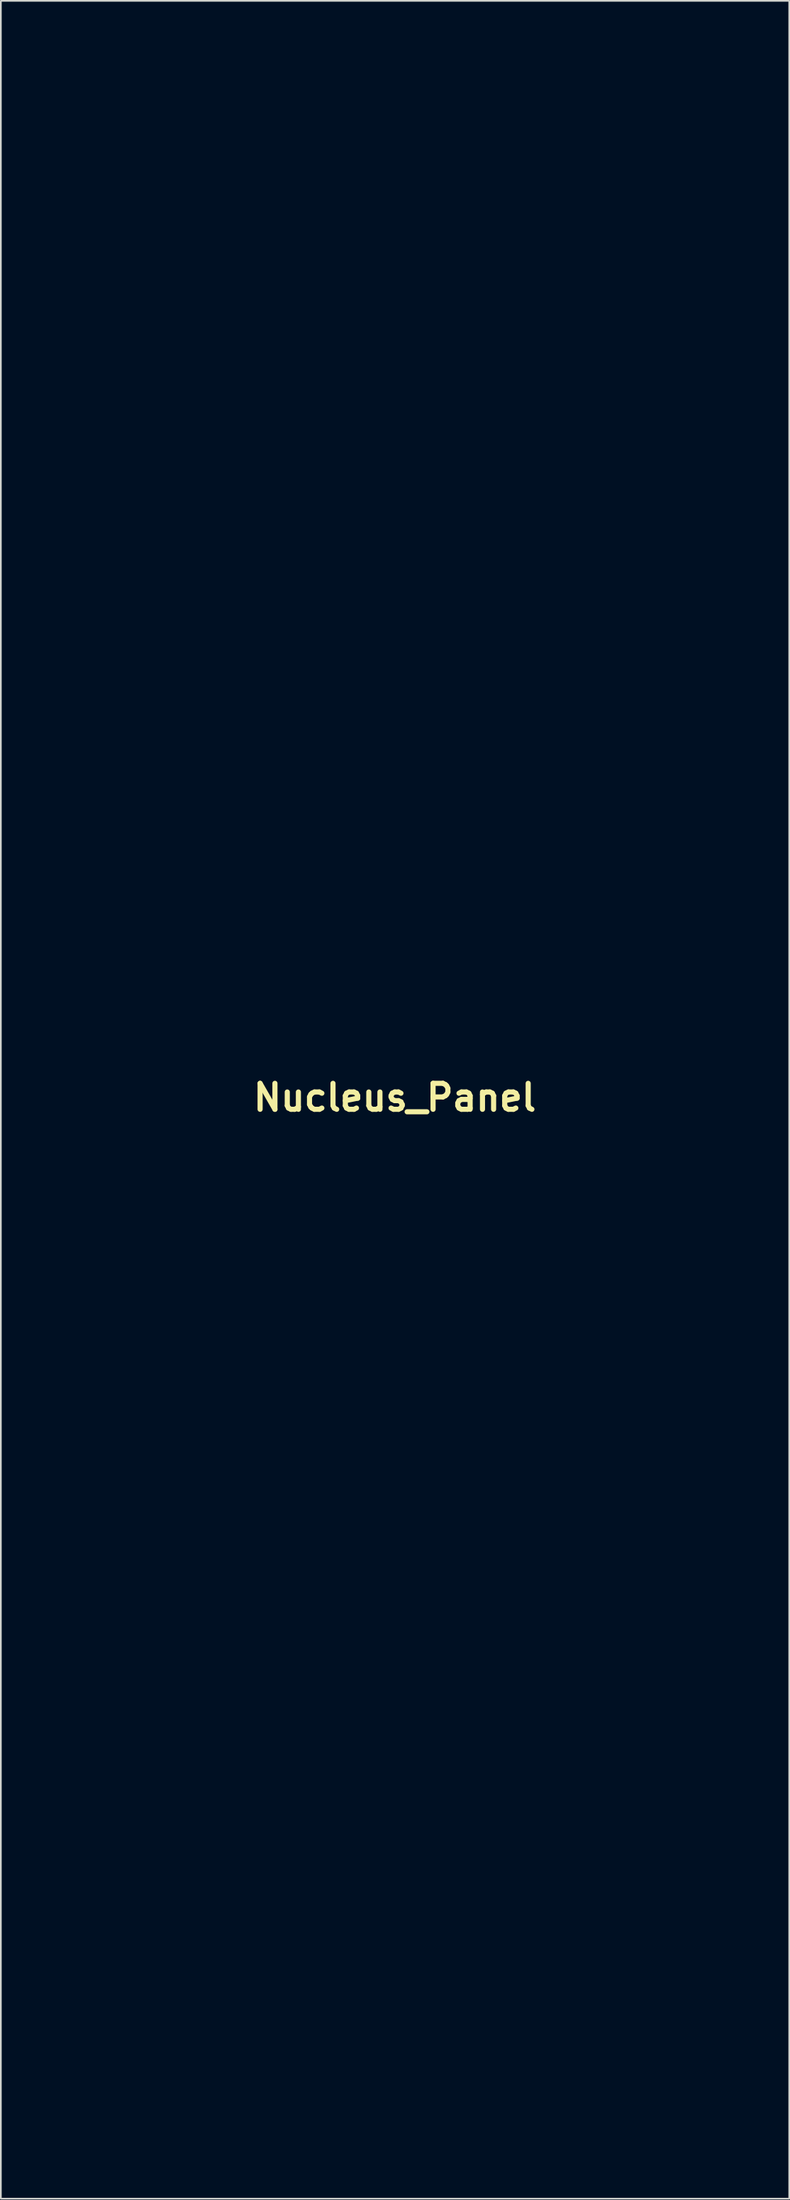
<source format=kicad_pcb>
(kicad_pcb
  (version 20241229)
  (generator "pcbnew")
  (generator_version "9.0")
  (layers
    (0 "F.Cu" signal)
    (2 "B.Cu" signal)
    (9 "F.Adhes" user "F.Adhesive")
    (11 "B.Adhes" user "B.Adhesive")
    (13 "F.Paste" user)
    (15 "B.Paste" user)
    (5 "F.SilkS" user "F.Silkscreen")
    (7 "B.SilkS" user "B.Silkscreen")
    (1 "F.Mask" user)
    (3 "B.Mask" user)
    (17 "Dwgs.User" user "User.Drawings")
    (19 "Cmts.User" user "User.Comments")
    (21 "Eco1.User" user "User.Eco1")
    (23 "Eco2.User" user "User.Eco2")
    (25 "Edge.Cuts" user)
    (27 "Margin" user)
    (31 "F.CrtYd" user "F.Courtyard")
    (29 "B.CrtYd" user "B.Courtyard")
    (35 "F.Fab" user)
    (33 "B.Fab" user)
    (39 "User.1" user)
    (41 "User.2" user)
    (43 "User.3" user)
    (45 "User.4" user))
  (footprint "Nucleus_Panel"
    (layer "F.Cu")
    (at 20.139 61.354)
    (property "Reference" "Nucleus_Panel" (at 0 0 0) (layer "F.SilkS") (effects (font (size 1.524 1.524) (thickness 0.3))))
    (attr board_only exclude_from_pos_files exclude_from_bom)
    (fp_poly (pts (xy -15.104 -60.902) (xy -20.139 -60.902) (xy -20.139 -61.354) (xy -15.104 -61.354)) (stroke (width 0) (type solid)) (fill yes) (layer "F.Mask"))
    (fp_poly (pts (xy -15.104 61.612) (xy -20.139 61.612) (xy -20.139 61.16) (xy -15.104 61.16)) (stroke (width 0) (type solid)) (fill yes) (layer "F.Mask"))
    (fp_poly (pts (xy -11.877 42.667) (xy -12.329 42.667) (xy -12.329 40.892) (xy -11.877 40.892)) (stroke (width 0) (type solid)) (fill yes) (layer "F.Mask"))
    (fp_poly (pts (xy -11.232 54.479) (xy -11.619 54.479) (xy -11.619 52.801) (xy -11.232 52.801)) (stroke (width 0) (type solid)) (fill yes) (layer "F.Mask"))
    (fp_poly (pts (xy 0.355 6.423) (xy -0.097 6.423) (xy -0.097 3.776) (xy 0.355 3.776)) (stroke (width 0) (type solid)) (fill yes) (layer "F.Mask"))
    (fp_poly (pts (xy 0.355 36.728) (xy -0.097 36.728) (xy -0.097 35.018) (xy 0.355 35.018)) (stroke (width 0) (type solid)) (fill yes) (layer "F.Mask"))
    (fp_poly (pts (xy 0.355 42.667) (xy -0.097 42.667) (xy -0.097 40.892) (xy 0.355 40.892)) (stroke (width 0) (type solid)) (fill yes) (layer "F.Mask"))
    (fp_poly (pts (xy 10.199 54.479) (xy 9.811 54.479) (xy 9.811 52.801) (xy 10.199 52.801)) (stroke (width 0) (type solid)) (fill yes) (layer "F.Mask"))
    (fp_poly (pts (xy 10.296 -60.902) (xy -10.166 -60.902) (xy -10.166 -61.354) (xy 10.296 -61.354)) (stroke (width 0) (type solid)) (fill yes) (layer "F.Mask"))
    (fp_poly (pts (xy 10.296 61.612) (xy -10.166 61.612) (xy -10.166 61.16) (xy 10.296 61.16)) (stroke (width 0) (type solid)) (fill yes) (layer "F.Mask"))
    (fp_poly (pts (xy 13.039 26.336) (xy 12.652 26.336) (xy 12.652 24.658) (xy 13.039 24.658)) (stroke (width 0) (type solid)) (fill yes) (layer "F.Mask"))
    (fp_poly (pts (xy 20.172 -60.902) (xy 15.266 -60.902) (xy 15.266 -61.354) (xy 20.172 -61.354)) (stroke (width 0) (type solid)) (fill yes) (layer "F.Mask"))
    (fp_poly (pts (xy 20.172 61.612) (xy 15.266 61.612) (xy 15.266 61.16) (xy 20.172 61.16)) (stroke (width 0) (type solid)) (fill yes) (layer "F.Mask"))
    (fp_poly (pts (xy -0.097 -49.057) (xy 1.614 -49.057) (xy 1.614 -48.638) (xy -0.645 -48.638) (xy -0.645 -50.832) (xy -0.097 -50.832)) (stroke (width 0) (type solid)) (fill yes) (layer "F.Mask"))
    (fp_poly (pts (xy -14.201 53.091) (xy -14.975 53.091) (xy -14.975 54.479) (xy -15.363 54.479) (xy -15.363 53.091) (xy -16.137 53.091) (xy -16.137 52.801) (xy -14.201 52.801)) (stroke (width 0) (type solid)) (fill yes) (layer "F.Mask"))
    (fp_poly (pts (xy 2.098 53.091) (xy 1.323 53.091) (xy 1.323 54.479) (xy 0.936 54.479) (xy 0.936 53.091) (xy 0.161 53.091) (xy 0.161 52.801) (xy 2.098 52.801)) (stroke (width 0) (type solid)) (fill yes) (layer "F.Mask"))
    (fp_poly (pts (xy 12.329 24.948) (xy 11.554 24.948) (xy 11.554 26.336) (xy 11.167 26.336) (xy 11.167 24.948) (xy 10.392 24.948) (xy 10.392 24.658) (xy 12.329 24.658)) (stroke (width 0) (type solid)) (fill yes) (layer "F.Mask"))
    (fp_poly (pts (xy 4.163 53.091) (xy 2.84 53.091) (xy 2.84 53.447) (xy 3.615 53.447) (xy 3.615 53.737) (xy 2.84 53.737) (xy 2.84 54.157) (xy 4.196 54.157) (xy 4.196 54.479) (xy 2.453 54.479) (xy 2.453 52.801) (xy 4.163 52.801)) (stroke (width 0) (type solid)) (fill yes) (layer "F.Mask"))
    (fp_poly (pts (xy 4.454 -50.445) (xy 2.647 -50.445) (xy 2.647 -49.961) (xy 3.679 -49.961) (xy 3.679 -49.606) (xy 2.647 -49.606) (xy 2.647 -49.057) (xy 4.486 -49.057) (xy 4.486 -48.638) (xy 2.098 -48.638) (xy 2.098 -50.832) (xy 4.454 -50.832)) (stroke (width 0) (type solid)) (fill yes) (layer "F.Mask"))
    (fp_poly (pts (xy 17.686 24.948) (xy 16.363 24.948) (xy 16.363 25.303) (xy 17.138 25.303) (xy 17.138 25.594) (xy 16.363 25.594) (xy 16.363 26.013) (xy 17.719 26.013) (xy 17.719 26.336) (xy 15.976 26.336) (xy 15.976 24.658) (xy 17.686 24.658)) (stroke (width 0) (type solid)) (fill yes) (layer "F.Mask"))
    (fp_poly (pts (xy 12.587 54.479) (xy 12.448 54.479) (xy 12.404 54.478) (xy 12.362 54.469) (xy 12.314 54.45) (xy 12.255 54.414) (xy 12.177 54.358) (xy 12.074 54.276) (xy 11.939 54.164) (xy 11.765 54.018) (xy 11.649 53.92) (xy 10.989 53.36) (xy 10.981 53.92) (xy 10.972 54.479) (xy 10.618 54.479) (xy 10.618 52.801) (xy 10.755 52.801) (xy 10.799 52.803) (xy 10.841 52.812) (xy 10.889 52.832) (xy 10.95 52.869) (xy 11.029 52.926) (xy 11.134 53.009) (xy 11.271 53.123) (xy 11.448 53.271) (xy 11.554 53.361) (xy 12.216 53.921) (xy 12.234 52.801) (xy 12.587 52.801)) (stroke (width 0) (type solid)) (fill yes) (layer "F.Mask"))
    (fp_poly (pts (xy -8.246 0.679) (xy -7.743 1.06) (xy -7.291 1.478) (xy -6.89 1.933) (xy -6.542 2.421) (xy -6.25 2.94) (xy -6.013 3.488) (xy -5.834 4.061) (xy -5.714 4.657) (xy -5.661 5.162) (xy -5.639 5.519) (xy -9.706 5.519) (xy -9.729 5.321) (xy -9.787 5.04) (xy -9.893 4.765) (xy -10.039 4.512) (xy -10.216 4.297) (xy -10.292 4.227) (xy -10.386 4.148) (xy -10.469 4.078) (xy -10.51 4.044) (xy -10.579 3.986) (xy -9.606 2.304) (xy -9.43 2.001) (xy -9.263 1.713) (xy -9.108 1.445) (xy -8.967 1.203) (xy -8.844 0.991) (xy -8.741 0.815) (xy -8.661 0.679) (xy -8.608 0.59) (xy -8.585 0.552) (xy -8.537 0.481)) (stroke (width 0) (type solid)) (fill yes) (layer "F.Mask"))
    (fp_poly (pts (xy 14.927 0.679) (xy 15.43 1.06) (xy 15.883 1.478) (xy 16.283 1.933) (xy 16.631 2.421) (xy 16.924 2.94) (xy 17.16 3.488) (xy 17.339 4.061) (xy 17.459 4.657) (xy 17.512 5.162) (xy 17.534 5.519) (xy 13.467 5.519) (xy 13.444 5.321) (xy 13.386 5.04) (xy 13.28 4.765) (xy 13.134 4.512) (xy 12.957 4.297) (xy 12.881 4.227) (xy 12.787 4.148) (xy 12.704 4.078) (xy 12.663 4.044) (xy 12.594 3.986) (xy 13.567 2.304) (xy 13.743 2.001) (xy 13.91 1.713) (xy 14.065 1.445) (xy 14.206 1.203) (xy 14.329 0.991) (xy 14.432 0.815) (xy 14.512 0.679) (xy 14.565 0.59) (xy 14.588 0.552) (xy 14.636 0.481)) (stroke (width 0) (type solid)) (fill yes) (layer "F.Mask"))
    (fp_poly (pts (xy 13.686 53.4) (xy 14.016 54) (xy 14.11 53.828) (xy 14.16 53.736) (xy 14.232 53.603) (xy 14.316 53.445) (xy 14.405 53.277) (xy 14.431 53.229) (xy 14.657 52.801) (xy 14.852 52.801) (xy 14.965 52.805) (xy 15.021 52.818) (xy 15.03 52.841) (xy 15.011 52.879) (xy 14.965 52.966) (xy 14.896 53.094) (xy 14.808 53.256) (xy 14.706 53.444) (xy 14.593 53.649) (xy 14.581 53.672) (xy 14.148 54.463) (xy 14.005 54.473) (xy 13.862 54.482) (xy 13.394 53.668) (xy 13.274 53.459) (xy 13.165 53.269) (xy 13.071 53.103) (xy 12.995 52.97) (xy 12.942 52.877) (xy 12.917 52.831) (xy 12.915 52.827) (xy 12.939 52.814) (xy 13.012 52.805) (xy 13.119 52.801) (xy 13.13 52.801) (xy 13.355 52.801)) (stroke (width 0) (type solid)) (fill yes) (layer "F.Mask"))
    (fp_poly (pts (xy -7.229 -48.638) (xy -7.447 -48.639) (xy -7.665 -48.64) (xy -8.601 -49.432) (xy -8.818 -49.616) (xy -9.024 -49.791) (xy -9.213 -49.954) (xy -9.379 -50.097) (xy -9.515 -50.215) (xy -9.616 -50.304) (xy -9.673 -50.356) (xy -9.674 -50.357) (xy -9.811 -50.491) (xy -9.811 -48.638) (xy -10.36 -48.638) (xy -10.36 -51.316) (xy -10.142 -51.315) (xy -9.924 -51.314) (xy -8.908 -50.459) (xy -8.686 -50.272) (xy -8.479 -50.096) (xy -8.29 -49.935) (xy -8.127 -49.795) (xy -7.995 -49.681) (xy -7.898 -49.596) (xy -7.844 -49.546) (xy -7.835 -49.536) (xy -7.818 -49.52) (xy -7.805 -49.517) (xy -7.796 -49.535) (xy -7.788 -49.58) (xy -7.784 -49.658) (xy -7.781 -49.776) (xy -7.779 -49.94) (xy -7.778 -50.157) (xy -7.778 -50.393) (xy -7.778 -51.316) (xy -7.229 -51.316)) (stroke (width 0) (type solid)) (fill yes) (layer "F.Mask"))
    (fp_poly (pts (xy -0.761 52.802) (xy -0.565 52.803) (xy -0.092 53.641) (xy 0.381 54.479) (xy -0.064 54.479) (xy -0.161 54.286) (xy -0.259 54.092) (xy -1.311 54.092) (xy -1.404 54.286) (xy -1.496 54.479) (xy -1.9 54.479) (xy -1.641 54.019) (xy -1.531 53.824) (xy -1.505 53.777) (xy -1.124 53.777) (xy -1.099 53.787) (xy -1.021 53.795) (xy -0.904 53.8) (xy -0.779 53.802) (xy -0.423 53.802) (xy -0.571 53.519) (xy -0.638 53.394) (xy -0.698 53.288) (xy -0.741 53.217) (xy -0.756 53.197) (xy -0.78 53.192) (xy -0.816 53.225) (xy -0.868 53.303) (xy -0.941 53.433) (xy -0.953 53.454) (xy -1.02 53.58) (xy -1.076 53.684) (xy -1.113 53.754) (xy -1.124 53.777) (xy -1.505 53.777) (xy -1.411 53.61) (xy -1.293 53.4) (xy -1.191 53.218) (xy -1.17 53.18) (xy -0.957 52.801)) (stroke (width 0) (type solid)) (fill yes) (layer "F.Mask"))
    (fp_poly (pts (xy -14.19 0.783) (xy -14.138 0.873) (xy -14.057 1.011) (xy -13.952 1.192) (xy -13.828 1.406) (xy -13.688 1.647) (xy -13.536 1.909) (xy -13.378 2.183) (xy -13.25 2.404) (xy -13.093 2.676) (xy -12.943 2.934) (xy -12.805 3.174) (xy -12.682 3.387) (xy -12.577 3.569) (xy -12.494 3.713) (xy -12.436 3.813) (xy -12.409 3.86) (xy -12.332 3.992) (xy -12.532 4.151) (xy -12.764 4.376) (xy -12.953 4.643) (xy -13.091 4.942) (xy -13.175 5.262) (xy -13.185 5.333) (xy -13.208 5.519) (xy -17.267 5.519) (xy -17.266 5.382) (xy -17.263 5.287) (xy -17.253 5.151) (xy -17.24 5) (xy -17.234 4.943) (xy -17.139 4.338) (xy -16.983 3.753) (xy -16.771 3.191) (xy -16.503 2.656) (xy -16.183 2.152) (xy -15.814 1.683) (xy -15.396 1.253) (xy -14.934 0.866) (xy -14.55 0.601) (xy -14.366 0.484)) (stroke (width 0) (type solid)) (fill yes) (layer "F.Mask"))
    (fp_poly (pts (xy -11.289 4.376) (xy -11.178 4.388) (xy -11.086 4.412) (xy -10.989 4.453) (xy -10.973 4.461) (xy -10.745 4.605) (xy -10.564 4.784) (xy -10.431 4.989) (xy -10.346 5.212) (xy -10.308 5.446) (xy -10.317 5.682) (xy -10.374 5.911) (xy -10.478 6.127) (xy -10.629 6.32) (xy -10.827 6.483) (xy -10.991 6.573) (xy -11.18 6.635) (xy -11.394 6.666) (xy -11.605 6.665) (xy -11.75 6.639) (xy -12.001 6.535) (xy -12.221 6.377) (xy -12.403 6.173) (xy -12.517 5.975) (xy -12.562 5.866) (xy -12.588 5.763) (xy -12.6 5.64) (xy -12.602 5.519) (xy -12.598 5.365) (xy -12.584 5.25) (xy -12.554 5.148) (xy -12.516 5.06) (xy -12.379 4.834) (xy -12.199 4.641) (xy -11.989 4.494) (xy -11.933 4.466) (xy -11.822 4.419) (xy -11.725 4.391) (xy -11.617 4.378) (xy -11.473 4.374) (xy -11.441 4.373)) (stroke (width 0) (type solid)) (fill yes) (layer "F.Mask"))
    (fp_poly (pts (xy 8.983 0.783) (xy 9.036 0.873) (xy 9.116 1.011) (xy 9.221 1.192) (xy 9.345 1.406) (xy 9.485 1.647) (xy 9.637 1.909) (xy 9.795 2.183) (xy 9.923 2.404) (xy 10.08 2.676) (xy 10.23 2.934) (xy 10.368 3.174) (xy 10.491 3.387) (xy 10.596 3.569) (xy 10.68 3.713) (xy 10.737 3.813) (xy 10.765 3.86) (xy 10.841 3.992) (xy 10.641 4.151) (xy 10.409 4.376) (xy 10.22 4.643) (xy 10.082 4.942) (xy 9.999 5.262) (xy 9.988 5.333) (xy 9.965 5.519) (xy 5.906 5.519) (xy 5.907 5.382) (xy 5.911 5.287) (xy 5.92 5.151) (xy 5.933 5) (xy 5.939 4.943) (xy 6.034 4.338) (xy 6.19 3.753) (xy 6.402 3.191) (xy 6.67 2.656) (xy 6.99 2.152) (xy 7.36 1.683) (xy 7.777 1.253) (xy 8.24 0.866) (xy 8.624 0.601) (xy 8.807 0.484)) (stroke (width 0) (type solid)) (fill yes) (layer "F.Mask"))
    (fp_poly (pts (xy 11.884 4.376) (xy 11.995 4.388) (xy 12.087 4.412) (xy 12.184 4.453) (xy 12.2 4.461) (xy 12.428 4.605) (xy 12.609 4.784) (xy 12.742 4.989) (xy 12.827 5.212) (xy 12.865 5.446) (xy 12.856 5.682) (xy 12.799 5.911) (xy 12.695 6.127) (xy 12.544 6.32) (xy 12.346 6.483) (xy 12.182 6.573) (xy 11.993 6.635) (xy 11.779 6.666) (xy 11.568 6.665) (xy 11.423 6.639) (xy 11.172 6.535) (xy 10.952 6.377) (xy 10.77 6.173) (xy 10.656 5.975) (xy 10.611 5.866) (xy 10.585 5.763) (xy 10.573 5.64) (xy 10.571 5.519) (xy 10.575 5.365) (xy 10.589 5.25) (xy 10.619 5.148) (xy 10.657 5.06) (xy 10.794 4.834) (xy 10.974 4.641) (xy 11.185 4.494) (xy 11.24 4.466) (xy 11.351 4.419) (xy 11.448 4.391) (xy 11.556 4.378) (xy 11.7 4.374) (xy 11.732 4.373)) (stroke (width 0) (type solid)) (fill yes) (layer "F.Mask"))
    (fp_poly (pts (xy -6.132 -49.057) (xy -4.648 -49.057) (xy -4.648 -50.832) (xy -4.099 -50.832) (xy -4.099 -49.872) (xy -4.099 -49.596) (xy -4.1 -49.377) (xy -4.103 -49.207) (xy -4.107 -49.079) (xy -4.113 -48.985) (xy -4.121 -48.918) (xy -4.133 -48.87) (xy -4.148 -48.833) (xy -4.162 -48.809) (xy -4.257 -48.711) (xy -4.347 -48.672) (xy -4.417 -48.662) (xy -4.545 -48.653) (xy -4.724 -48.647) (xy -4.947 -48.642) (xy -5.208 -48.64) (xy -5.406 -48.639) (xy -5.69 -48.64) (xy -5.917 -48.643) (xy -6.094 -48.647) (xy -6.228 -48.653) (xy -6.327 -48.661) (xy -6.399 -48.672) (xy -6.449 -48.686) (xy -6.46 -48.69) (xy -6.519 -48.717) (xy -6.567 -48.749) (xy -6.604 -48.792) (xy -6.632 -48.853) (xy -6.652 -48.94) (xy -6.666 -49.059) (xy -6.674 -49.217) (xy -6.679 -49.42) (xy -6.681 -49.677) (xy -6.681 -49.893) (xy -6.681 -50.832) (xy -6.132 -50.832)) (stroke (width 0) (type solid)) (fill yes) (layer "F.Mask"))
    (fp_poly (pts (xy 5.422 -49.057) (xy 6.907 -49.057) (xy 6.907 -50.832) (xy 7.455 -50.832) (xy 7.455 -49.872) (xy 7.455 -49.596) (xy 7.454 -49.377) (xy 7.452 -49.207) (xy 7.448 -49.079) (xy 7.442 -48.985) (xy 7.433 -48.918) (xy 7.421 -48.87) (xy 7.406 -48.833) (xy 7.392 -48.809) (xy 7.298 -48.711) (xy 7.207 -48.672) (xy 7.137 -48.662) (xy 7.009 -48.653) (xy 6.83 -48.647) (xy 6.607 -48.642) (xy 6.347 -48.64) (xy 6.148 -48.639) (xy 5.864 -48.64) (xy 5.638 -48.643) (xy 5.461 -48.647) (xy 5.326 -48.653) (xy 5.227 -48.661) (xy 5.156 -48.672) (xy 5.105 -48.686) (xy 5.094 -48.69) (xy 5.035 -48.717) (xy 4.987 -48.749) (xy 4.95 -48.792) (xy 4.922 -48.853) (xy 4.902 -48.94) (xy 4.888 -49.059) (xy 4.88 -49.217) (xy 4.875 -49.42) (xy 4.874 -49.677) (xy 4.873 -49.893) (xy 4.873 -50.832) (xy 5.422 -50.832)) (stroke (width 0) (type solid)) (fill yes) (layer "F.Mask"))
    (fp_poly (pts (xy 14.127 25.156) (xy 14.245 25.31) (xy 14.35 25.445) (xy 14.436 25.553) (xy 14.497 25.626) (xy 14.525 25.656) (xy 14.526 25.657) (xy 14.55 25.632) (xy 14.605 25.564) (xy 14.687 25.459) (xy 14.788 25.326) (xy 14.902 25.172) (xy 14.913 25.158) (xy 15.282 24.658) (xy 15.589 24.658) (xy 15.589 26.336) (xy 15.231 26.336) (xy 15.24 25.752) (xy 15.242 25.527) (xy 15.241 25.364) (xy 15.235 25.262) (xy 15.226 25.219) (xy 15.217 25.223) (xy 15.168 25.299) (xy 15.092 25.405) (xy 14.999 25.53) (xy 14.896 25.666) (xy 14.792 25.801) (xy 14.692 25.925) (xy 14.607 26.029) (xy 14.543 26.103) (xy 14.509 26.136) (xy 14.507 26.136) (xy 14.472 26.115) (xy 14.404 26.045) (xy 14.31 25.934) (xy 14.194 25.786) (xy 14.113 25.679) (xy 13.765 25.211) (xy 13.756 25.774) (xy 13.747 26.336) (xy 13.426 26.336) (xy 13.426 24.658) (xy 13.746 24.658)) (stroke (width 0) (type solid)) (fill yes) (layer "F.Mask"))
    (fp_poly (pts (xy 5.583 -6.814) (xy 5.398 -6.778) (xy 4.773 -6.624) (xy 4.185 -6.417) (xy 3.634 -6.157) (xy 3.121 -5.846) (xy 2.647 -5.483) (xy 2.213 -5.07) (xy 1.819 -4.607) (xy 1.466 -4.094) (xy 1.243 -3.704) (xy 0.979 -3.144) (xy 0.755 -2.545) (xy 0.575 -1.919) (xy 0.442 -1.282) (xy 0.369 -0.718) (xy 0.347 -0.484) (xy -0.097 -0.484) (xy -0.097 -0.595) (xy -0.103 -0.714) (xy -0.12 -0.88) (xy -0.146 -1.079) (xy -0.178 -1.296) (xy -0.215 -1.514) (xy -0.253 -1.719) (xy -0.279 -1.84) (xy -0.424 -2.392) (xy -0.614 -2.927) (xy -0.855 -3.466) (xy -0.873 -3.502) (xy -1.182 -4.057) (xy -1.534 -4.564) (xy -1.927 -5.021) (xy -2.363 -5.43) (xy -2.842 -5.79) (xy -3.363 -6.102) (xy -3.927 -6.366) (xy -4.115 -6.439) (xy -4.282 -6.496) (xy -4.492 -6.561) (xy -4.727 -6.627) (xy -4.966 -6.689) (xy -5.19 -6.743) (xy -5.379 -6.783) (xy -5.43 -6.792) (xy -5.508 -6.81) (xy -5.543 -6.842) (xy -5.551 -6.911) (xy -5.551 -6.94) (xy -5.551 -7.068) (xy 5.583 -7.068)) (stroke (width 0) (type solid)) (fill yes) (layer "F.Mask"))
    (fp_poly (pts (xy -12.811 52.802) (xy -12.594 52.806) (xy -12.427 52.813) (xy -12.303 52.825) (xy -12.214 52.843) (xy -12.155 52.868) (xy -12.117 52.901) (xy -12.093 52.942) (xy -12.091 52.948) (xy -12.081 53.006) (xy -12.075 53.11) (xy -12.072 53.242) (xy -12.071 53.384) (xy -12.075 53.517) (xy -12.081 53.624) (xy -12.09 53.685) (xy -12.091 53.687) (xy -12.149 53.755) (xy -12.258 53.804) (xy -12.405 53.831) (xy -12.48 53.834) (xy -12.666 53.834) (xy -12.54 53.939) (xy -12.459 54.005) (xy -12.347 54.096) (xy -12.219 54.2) (xy -12.143 54.261) (xy -11.873 54.479) (xy -12.445 54.479) (xy -12.787 54.157) (xy -13.13 53.834) (xy -13.491 53.834) (xy -13.491 54.479) (xy -13.878 54.479) (xy -13.878 53.543) (xy -13.491 53.543) (xy -13.013 53.543) (xy -12.795 53.541) (xy -12.638 53.534) (xy -12.54 53.521) (xy -12.497 53.505) (xy -12.471 53.445) (xy -12.46 53.35) (xy -12.462 53.246) (xy -12.479 53.161) (xy -12.497 53.13) (xy -12.543 53.113) (xy -12.645 53.101) (xy -12.805 53.094) (xy -13.013 53.091) (xy -13.491 53.091) (xy -13.491 53.543) (xy -13.878 53.543) (xy -13.878 52.801) (xy -13.086 52.801)) (stroke (width 0) (type solid)) (fill yes) (layer "F.Mask"))
    (fp_poly (pts (xy 6.237 38.641) (xy 6.838 38.643) (xy 7.377 38.644) (xy 7.86 38.646) (xy 8.289 38.647) (xy 8.668 38.649) (xy 9.001 38.652) (xy 9.292 38.655) (xy 9.543 38.659) (xy 9.76 38.663) (xy 9.945 38.67) (xy 10.103 38.677) (xy 10.236 38.686) (xy 10.349 38.697) (xy 10.446 38.709) (xy 10.529 38.724) (xy 10.603 38.741) (xy 10.671 38.76) (xy 10.738 38.782) (xy 10.806 38.806) (xy 10.879 38.834) (xy 10.948 38.859) (xy 11.303 39.021) (xy 11.618 39.233) (xy 11.89 39.49) (xy 12.115 39.79) (xy 12.29 40.129) (xy 12.342 40.263) (xy 12.418 40.511) (xy 12.475 40.762) (xy 12.514 41.033) (xy 12.539 41.342) (xy 12.547 41.529) (xy 12.564 42.054) (xy 12.103 42.054) (xy 12.103 41.706) (xy 12.091 41.317) (xy 12.055 40.976) (xy 11.991 40.67) (xy 11.897 40.385) (xy 11.807 40.182) (xy 11.635 39.897) (xy 11.418 39.657) (xy 11.156 39.459) (xy 10.846 39.303) (xy 10.488 39.189) (xy 10.089 39.117) (xy 10.014 39.112) (xy 9.877 39.107) (xy 9.68 39.103) (xy 9.425 39.099) (xy 9.115 39.095) (xy 8.751 39.092) (xy 8.337 39.089) (xy 7.874 39.087) (xy 7.365 39.086) (xy 6.812 39.085) (xy 6.216 39.084) (xy 6.044 39.084) (xy 2.259 39.084) (xy 2.259 38.63)) (stroke (width 0) (type solid)) (fill yes) (layer "F.Mask"))
    (fp_poly (pts (xy -9.602 52.802) (xy -9.388 52.805) (xy -9.224 52.812) (xy -9.102 52.826) (xy -9.016 52.846) (xy -8.957 52.876) (xy -8.919 52.916) (xy -8.893 52.968) (xy -8.877 53.019) (xy -8.853 53.109) (xy -8.846 53.168) (xy -8.866 53.205) (xy -8.923 53.23) (xy -9.026 53.252) (xy -9.142 53.271) (xy -9.22 53.282) (xy -9.255 53.268) (xy -9.263 53.217) (xy -9.263 53.192) (xy -9.263 53.091) (xy -10.457 53.091) (xy -10.457 54.157) (xy -9.263 54.157) (xy -9.263 53.802) (xy -9.876 53.802) (xy -9.876 53.511) (xy -8.835 53.511) (xy -8.851 53.89) (xy -8.859 54.045) (xy -8.87 54.18) (xy -8.881 54.28) (xy -8.891 54.327) (xy -8.916 54.372) (xy -8.953 54.407) (xy -9.01 54.434) (xy -9.093 54.453) (xy -9.211 54.466) (xy -9.37 54.474) (xy -9.579 54.478) (xy -9.844 54.479) (xy -9.873 54.479) (xy -10.116 54.479) (xy -10.303 54.478) (xy -10.442 54.476) (xy -10.542 54.471) (xy -10.612 54.463) (xy -10.66 54.451) (xy -10.694 54.435) (xy -10.724 54.413) (xy -10.738 54.401) (xy -10.828 54.324) (xy -10.828 52.957) (xy -10.738 52.879) (xy -10.708 52.854) (xy -10.677 52.836) (xy -10.636 52.822) (xy -10.578 52.813) (xy -10.492 52.806) (xy -10.372 52.803) (xy -10.208 52.801) (xy -9.991 52.801) (xy -9.873 52.801)) (stroke (width 0) (type solid)) (fill yes) (layer "F.Mask"))
    (fp_poly (pts (xy -2.889 52.802) (xy -2.675 52.805) (xy -2.511 52.812) (xy -2.389 52.826) (xy -2.303 52.846) (xy -2.244 52.876) (xy -2.205 52.916) (xy -2.18 52.968) (xy -2.164 53.019) (xy -2.14 53.109) (xy -2.133 53.168) (xy -2.153 53.205) (xy -2.21 53.23) (xy -2.313 53.252) (xy -2.429 53.271) (xy -2.507 53.282) (xy -2.541 53.268) (xy -2.55 53.217) (xy -2.55 53.192) (xy -2.55 53.091) (xy -3.744 53.091) (xy -3.744 54.157) (xy -2.55 54.157) (xy -2.55 53.802) (xy -3.163 53.802) (xy -3.163 53.511) (xy -2.122 53.511) (xy -2.138 53.89) (xy -2.146 54.045) (xy -2.156 54.18) (xy -2.168 54.28) (xy -2.178 54.327) (xy -2.203 54.372) (xy -2.24 54.407) (xy -2.297 54.434) (xy -2.38 54.453) (xy -2.498 54.466) (xy -2.657 54.474) (xy -2.866 54.478) (xy -3.131 54.479) (xy -3.159 54.479) (xy -3.403 54.479) (xy -3.589 54.478) (xy -3.729 54.476) (xy -3.829 54.471) (xy -3.899 54.463) (xy -3.947 54.451) (xy -3.981 54.435) (xy -4.01 54.413) (xy -4.024 54.401) (xy -4.115 54.324) (xy -4.115 52.957) (xy -4.024 52.879) (xy -3.995 52.854) (xy -3.964 52.836) (xy -3.923 52.822) (xy -3.865 52.813) (xy -3.779 52.806) (xy -3.659 52.803) (xy -3.494 52.801) (xy -3.278 52.801) (xy -3.159 52.801)) (stroke (width 0) (type solid)) (fill yes) (layer "F.Mask"))
    (fp_poly (pts (xy -2.538 -50.829) (xy -2.296 -50.826) (xy -2.01 -50.823) (xy -1.781 -50.819) (xy -1.603 -50.813) (xy -1.467 -50.805) (xy -1.367 -50.793) (xy -1.295 -50.776) (xy -1.244 -50.753) (xy -1.208 -50.722) (xy -1.178 -50.684) (xy -1.161 -50.658) (xy -1.138 -50.593) (xy -1.118 -50.486) (xy -1.105 -50.358) (xy -1.104 -50.345) (xy -1.09 -50.099) (xy -1.337 -50.062) (xy -1.459 -50.045) (xy -1.556 -50.032) (xy -1.611 -50.026) (xy -1.615 -50.025) (xy -1.631 -50.055) (xy -1.643 -50.131) (xy -1.646 -50.219) (xy -1.646 -50.413) (xy -3.066 -50.413) (xy -3.066 -49.057) (xy -1.646 -49.057) (xy -1.646 -49.516) (xy -1.525 -49.494) (xy -1.415 -49.473) (xy -1.288 -49.447) (xy -1.251 -49.439) (xy -1.097 -49.407) (xy -1.097 -49.18) (xy -1.113 -48.974) (xy -1.163 -48.821) (xy -1.246 -48.717) (xy -1.267 -48.702) (xy -1.322 -48.686) (xy -1.432 -48.673) (xy -1.587 -48.662) (xy -1.776 -48.653) (xy -1.989 -48.646) (xy -2.218 -48.642) (xy -2.451 -48.64) (xy -2.678 -48.641) (xy -2.89 -48.645) (xy -3.077 -48.651) (xy -3.228 -48.661) (xy -3.334 -48.673) (xy -3.378 -48.684) (xy -3.441 -48.714) (xy -3.491 -48.748) (xy -3.529 -48.793) (xy -3.557 -48.857) (xy -3.576 -48.947) (xy -3.588 -49.071) (xy -3.595 -49.236) (xy -3.598 -49.451) (xy -3.599 -49.721) (xy -3.599 -49.735) (xy -3.6 -50.01) (xy -3.598 -50.235) (xy -3.59 -50.416) (xy -3.567 -50.556) (xy -3.525 -50.662) (xy -3.458 -50.737) (xy -3.359 -50.786) (xy -3.224 -50.815) (xy -3.046 -50.829) (xy -2.819 -50.832)) (stroke (width 0) (type solid)) (fill yes) (layer "F.Mask"))
    (fp_poly (pts (xy -12.258 7.059) (xy -12.173 7.098) (xy -12.001 7.166) (xy -11.796 7.221) (xy -11.586 7.254) (xy -11.457 7.261) (xy -11.261 7.246) (xy -11.049 7.205) (xy -10.852 7.145) (xy -10.742 7.098) (xy -10.656 7.058) (xy -10.604 7.051) (xy -10.57 7.073) (xy -10.547 7.109) (xy -10.494 7.195) (xy -10.416 7.327) (xy -10.315 7.499) (xy -10.193 7.707) (xy -10.054 7.946) (xy -9.902 8.21) (xy -9.738 8.494) (xy -9.602 8.73) (xy -9.43 9.029) (xy -9.267 9.313) (xy -9.114 9.578) (xy -8.976 9.817) (xy -8.856 10.026) (xy -8.756 10.199) (xy -8.68 10.331) (xy -8.63 10.417) (xy -8.612 10.448) (xy -8.549 10.551) (xy -8.849 10.702) (xy -9.257 10.891) (xy -9.661 11.041) (xy -10.083 11.162) (xy -10.505 11.253) (xy -10.613 11.268) (xy -10.767 11.282) (xy -10.953 11.294) (xy -11.157 11.305) (xy -11.368 11.313) (xy -11.57 11.318) (xy -11.751 11.32) (xy -11.897 11.318) (xy -11.995 11.311) (xy -12.006 11.31) (xy -12.077 11.298) (xy -12.189 11.281) (xy -12.319 11.263) (xy -12.329 11.261) (xy -12.53 11.226) (xy -12.761 11.177) (xy -12.998 11.118) (xy -13.218 11.057) (xy -13.387 11.001) (xy -13.489 10.961) (xy -13.631 10.9) (xy -13.793 10.828) (xy -13.953 10.754) (xy -14.113 10.676) (xy -14.222 10.619) (xy -14.287 10.575) (xy -14.316 10.542) (xy -14.319 10.516) (xy -14.301 10.478) (xy -14.253 10.39) (xy -14.18 10.259) (xy -14.085 10.089) (xy -13.971 9.888) (xy -13.842 9.661) (xy -13.702 9.414) (xy -13.552 9.153) (xy -13.398 8.883) (xy -13.243 8.613) (xy -13.089 8.346) (xy -12.941 8.089) (xy -12.802 7.848) (xy -12.675 7.629) (xy -12.563 7.438) (xy -12.471 7.281) (xy -12.401 7.164) (xy -12.357 7.092) (xy -12.344 7.073) (xy -12.309 7.051)) (stroke (width 0) (type solid)) (fill yes) (layer "F.Mask"))
    (fp_poly (pts (xy -0.83 -57.328) (xy -0.72 -57.135) (xy -0.591 -56.908) (xy -0.448 -56.657) (xy -0.294 -56.388) (xy -0.134 -56.11) (xy 0.026 -55.831) (xy 0.182 -55.559) (xy 0.33 -55.302) (xy 0.465 -55.068) (xy 0.582 -54.866) (xy 0.676 -54.703) (xy 0.744 -54.588) (xy 0.746 -54.583) (xy 0.814 -54.465) (xy 0.867 -54.366) (xy 0.899 -54.301) (xy 0.904 -54.285) (xy 0.873 -54.272) (xy 0.785 -54.263) (xy 0.649 -54.256) (xy 0.471 -54.254) (xy 0.444 -54.254) (xy -0.016 -54.254) (xy -0.228 -54.649) (xy -0.44 -55.044) (xy -1.584 -55.052) (xy -2.727 -55.06) (xy -2.941 -54.665) (xy -3.155 -54.27) (xy -3.562 -54.26) (xy -3.716 -54.259) (xy -3.843 -54.261) (xy -3.931 -54.267) (xy -3.969 -54.275) (xy -3.97 -54.277) (xy -3.954 -54.319) (xy -3.916 -54.389) (xy -3.911 -54.399) (xy -3.864 -54.478) (xy -3.801 -54.589) (xy -3.745 -54.689) (xy -3.695 -54.778) (xy -3.621 -54.91) (xy -3.529 -55.074) (xy -3.425 -55.257) (xy -3.317 -55.447) (xy -3.308 -55.464) (xy -3.162 -55.72) (xy -2.356 -55.72) (xy -2.325 -55.716) (xy -2.239 -55.712) (xy -2.105 -55.709) (xy -1.934 -55.707) (xy -1.733 -55.706) (xy -1.579 -55.706) (xy -0.801 -55.706) (xy -1.043 -56.166) (xy -1.14 -56.349) (xy -1.24 -56.537) (xy -1.332 -56.712) (xy -1.408 -56.855) (xy -1.429 -56.894) (xy -1.573 -57.163) (xy -1.695 -56.943) (xy -1.815 -56.724) (xy -1.933 -56.51) (xy -2.044 -56.306) (xy -2.144 -56.122) (xy -2.229 -55.963) (xy -2.296 -55.839) (xy -2.339 -55.755) (xy -2.356 -55.72) (xy -2.356 -55.72) (xy -3.162 -55.72) (xy -3.05 -55.917) (xy -2.823 -56.317) (xy -2.625 -56.667) (xy -2.454 -56.97) (xy -2.309 -57.228) (xy -2.188 -57.444) (xy -2.162 -57.489) (xy -1.953 -57.866) (xy -1.544 -57.867) (xy -1.136 -57.868)) (stroke (width 0) (type solid)) (fill yes) (layer "F.Mask"))
    (fp_poly (pts (xy 10.915 7.059) (xy 11 7.098) (xy 11.172 7.166) (xy 11.377 7.221) (xy 11.587 7.254) (xy 11.716 7.261) (xy 11.912 7.246) (xy 12.124 7.205) (xy 12.321 7.145) (xy 12.431 7.098) (xy 12.517 7.058) (xy 12.569 7.051) (xy 12.603 7.073) (xy 12.627 7.109) (xy 12.679 7.195) (xy 12.757 7.327) (xy 12.858 7.499) (xy 12.98 7.707) (xy 13.119 7.946) (xy 13.271 8.21) (xy 13.435 8.494) (xy 13.571 8.73) (xy 13.743 9.029) (xy 13.906 9.313) (xy 14.059 9.578) (xy 14.197 9.817) (xy 14.317 10.026) (xy 14.417 10.199) (xy 14.494 10.331) (xy 14.543 10.417) (xy 14.561 10.448) (xy 14.624 10.551) (xy 14.324 10.702) (xy 13.916 10.891) (xy 13.512 11.041) (xy 13.09 11.162) (xy 12.668 11.253) (xy 12.56 11.268) (xy 12.406 11.282) (xy 12.22 11.294) (xy 12.016 11.305) (xy 11.805 11.313) (xy 11.603 11.318) (xy 11.422 11.32) (xy 11.276 11.318) (xy 11.178 11.311) (xy 11.167 11.31) (xy 11.096 11.298) (xy 10.984 11.281) (xy 10.854 11.263) (xy 10.844 11.261) (xy 10.643 11.226) (xy 10.412 11.177) (xy 10.175 11.118) (xy 9.955 11.057) (xy 9.786 11.001) (xy 9.684 10.961) (xy 9.542 10.9) (xy 9.38 10.828) (xy 9.22 10.754) (xy 9.06 10.676) (xy 8.951 10.619) (xy 8.886 10.575) (xy 8.857 10.542) (xy 8.854 10.516) (xy 8.873 10.478) (xy 8.92 10.39) (xy 8.993 10.259) (xy 9.088 10.089) (xy 9.202 9.888) (xy 9.331 9.661) (xy 9.471 9.414) (xy 9.621 9.153) (xy 9.775 8.883) (xy 9.93 8.613) (xy 10.084 8.346) (xy 10.232 8.089) (xy 10.371 7.848) (xy 10.498 7.629) (xy 10.61 7.438) (xy 10.702 7.281) (xy 10.772 7.164) (xy 10.816 7.092) (xy 10.829 7.073) (xy 10.864 7.051)) (stroke (width 0) (type solid)) (fill yes) (layer "F.Mask"))
    (fp_poly (pts (xy -2.732 -57.715) (xy -2.787 -57.618) (xy -2.862 -57.488) (xy -2.944 -57.343) (xy -2.986 -57.271) (xy -3.056 -57.148) (xy -3.15 -56.983) (xy -3.257 -56.793) (xy -3.371 -56.592) (xy -3.47 -56.416) (xy -3.588 -56.207) (xy -3.713 -55.984) (xy -3.837 -55.766) (xy -3.948 -55.571) (xy -4.018 -55.448) (xy -4.128 -55.254) (xy -4.252 -55.035) (xy -4.376 -54.819) (xy -4.472 -54.649) (xy -4.696 -54.254) (xy -5.526 -54.254) (xy -6.357 -54.253) (xy -6.423 -54.123) (xy -6.551 -53.929) (xy -6.718 -53.762) (xy -6.889 -53.648) (xy -7.042 -53.592) (xy -7.227 -53.559) (xy -7.42 -53.549) (xy -7.595 -53.565) (xy -7.69 -53.591) (xy -7.871 -53.684) (xy -8.045 -53.816) (xy -8.184 -53.965) (xy -8.192 -53.975) (xy -8.313 -54.195) (xy -8.375 -54.427) (xy -8.38 -54.61) (xy -7.805 -54.61) (xy -7.792 -54.458) (xy -7.746 -54.358) (xy -7.64 -54.237) (xy -7.505 -54.158) (xy -7.357 -54.125) (xy -7.21 -54.143) (xy -7.121 -54.186) (xy -6.993 -54.304) (xy -6.922 -54.453) (xy -6.907 -54.572) (xy -6.933 -54.733) (xy -7.005 -54.862) (xy -7.111 -54.955) (xy -7.239 -55.009) (xy -7.378 -55.023) (xy -7.515 -54.993) (xy -7.641 -54.917) (xy -7.741 -54.792) (xy -7.754 -54.769) (xy -7.805 -54.61) (xy -8.38 -54.61) (xy -8.381 -54.662) (xy -8.333 -54.891) (xy -8.233 -55.106) (xy -8.084 -55.297) (xy -7.888 -55.456) (xy -7.79 -55.513) (xy -7.627 -55.568) (xy -7.431 -55.595) (xy -7.226 -55.593) (xy -7.036 -55.56) (xy -6.937 -55.524) (xy -6.718 -55.389) (xy -6.536 -55.203) (xy -6.448 -55.069) (xy -6.351 -54.897) (xy -5.284 -54.915) (xy -4.818 -55.738) (xy -4.68 -55.982) (xy -4.535 -56.237) (xy -4.391 -56.492) (xy -4.256 -56.729) (xy -4.139 -56.937) (xy -4.059 -57.077) (xy -3.96 -57.253) (xy -3.866 -57.419) (xy -3.784 -57.563) (xy -3.722 -57.674) (xy -3.69 -57.731) (xy -3.612 -57.868) (xy -2.644 -57.868)) (stroke (width 0) (type solid)) (fill yes) (layer "F.Mask"))
    (fp_poly (pts (xy 9.48 -50.832) (xy 9.712 -50.829) (xy 9.894 -50.823) (xy 10.033 -50.812) (xy 10.137 -50.796) (xy 10.213 -50.773) (xy 10.269 -50.743) (xy 10.311 -50.703) (xy 10.348 -50.654) (xy 10.386 -50.56) (xy 10.406 -50.441) (xy 10.407 -50.419) (xy 10.409 -50.271) (xy 10.215 -50.23) (xy 10.083 -50.204) (xy 10.002 -50.193) (xy 9.96 -50.202) (xy 9.943 -50.234) (xy 9.941 -50.291) (xy 9.941 -50.3) (xy 9.941 -50.413) (xy 8.456 -50.413) (xy 8.456 -49.961) (xy 9.28 -49.961) (xy 9.584 -49.96) (xy 9.83 -49.956) (xy 10.023 -49.944) (xy 10.171 -49.921) (xy 10.279 -49.884) (xy 10.353 -49.828) (xy 10.401 -49.752) (xy 10.427 -49.65) (xy 10.438 -49.519) (xy 10.441 -49.357) (xy 10.441 -49.299) (xy 10.437 -49.097) (xy 10.423 -48.949) (xy 10.394 -48.843) (xy 10.348 -48.768) (xy 10.279 -48.715) (xy 10.213 -48.683) (xy 10.145 -48.669) (xy 10.023 -48.657) (xy 9.857 -48.647) (xy 9.658 -48.641) (xy 9.437 -48.636) (xy 9.203 -48.635) (xy 8.968 -48.636) (xy 8.741 -48.639) (xy 8.534 -48.645) (xy 8.355 -48.654) (xy 8.217 -48.665) (xy 8.129 -48.679) (xy 8.111 -48.685) (xy 7.999 -48.761) (xy 7.926 -48.877) (xy 7.887 -49.043) (xy 7.886 -49.048) (xy 7.867 -49.209) (xy 8.008 -49.231) (xy 8.125 -49.249) (xy 8.235 -49.268) (xy 8.254 -49.271) (xy 8.324 -49.28) (xy 8.353 -49.26) (xy 8.359 -49.196) (xy 8.359 -49.174) (xy 8.359 -49.057) (xy 9.973 -49.057) (xy 9.973 -49.541) (xy 9.142 -49.541) (xy 8.86 -49.542) (xy 8.634 -49.546) (xy 8.459 -49.553) (xy 8.325 -49.566) (xy 8.226 -49.586) (xy 8.155 -49.615) (xy 8.102 -49.654) (xy 8.063 -49.705) (xy 8.028 -49.767) (xy 7.995 -49.876) (xy 7.975 -50.027) (xy 7.969 -50.198) (xy 7.977 -50.368) (xy 7.998 -50.514) (xy 8.028 -50.606) (xy 8.063 -50.669) (xy 8.101 -50.718) (xy 8.151 -50.757) (xy 8.22 -50.785) (xy 8.316 -50.806) (xy 8.444 -50.819) (xy 8.614 -50.827) (xy 8.831 -50.831) (xy 9.104 -50.832) (xy 9.191 -50.832)) (stroke (width 0) (type solid)) (fill yes) (layer "F.Mask"))
    (fp_poly (pts (xy 0.355 16.105) (xy -0.097 16.105) (xy -0.097 14.433) (xy -0.283 14.616) (xy -0.537 14.821) (xy -0.839 14.984) (xy -1.189 15.106) (xy -1.588 15.188) (xy -1.677 15.2) (xy -1.757 15.206) (xy -1.899 15.211) (xy -2.103 15.215) (xy -2.367 15.22) (xy -2.688 15.223) (xy -3.067 15.226) (xy -3.5 15.229) (xy -3.986 15.231) (xy -4.524 15.233) (xy -5.113 15.233) (xy -5.75 15.234) (xy -5.76 15.234) (xy -6.326 15.234) (xy -6.861 15.235) (xy -7.364 15.236) (xy -7.829 15.238) (xy -8.255 15.24) (xy -8.638 15.243) (xy -8.974 15.246) (xy -9.261 15.25) (xy -9.496 15.253) (xy -9.675 15.258) (xy -9.794 15.262) (xy -9.844 15.266) (xy -10.12 15.306) (xy -10.359 15.362) (xy -10.584 15.441) (xy -10.78 15.53) (xy -11.064 15.702) (xy -11.305 15.918) (xy -11.502 16.181) (xy -11.658 16.49) (xy -11.772 16.848) (xy -11.844 17.247) (xy -11.848 17.309) (xy -11.851 17.434) (xy -11.855 17.623) (xy -11.857 17.876) (xy -11.86 18.191) (xy -11.863 18.568) (xy -11.865 19.007) (xy -11.867 19.507) (xy -11.869 20.068) (xy -11.871 20.689) (xy -11.872 21.37) (xy -11.874 22.11) (xy -11.875 22.91) (xy -11.876 23.767) (xy -11.876 24.683) (xy -11.877 25.656) (xy -11.877 26.687) (xy -11.877 27.118) (xy -11.877 36.728) (xy -12.33 36.728) (xy -12.32 26.925) (xy -12.319 25.981) (xy -12.318 25.099) (xy -12.318 24.277) (xy -12.317 23.513) (xy -12.316 22.805) (xy -12.315 22.151) (xy -12.314 21.548) (xy -12.313 20.994) (xy -12.312 20.488) (xy -12.31 20.026) (xy -12.309 19.607) (xy -12.308 19.229) (xy -12.306 18.888) (xy -12.304 18.584) (xy -12.303 18.314) (xy -12.3 18.076) (xy -12.298 17.867) (xy -12.296 17.685) (xy -12.293 17.529) (xy -12.29 17.396) (xy -12.287 17.283) (xy -12.283 17.19) (xy -12.28 17.112) (xy -12.276 17.049) (xy -12.271 16.998) (xy -12.267 16.957) (xy -12.262 16.924) (xy -12.256 16.896) (xy -12.252 16.88) (xy -12.145 16.501) (xy -12.015 16.175) (xy -11.858 15.893) (xy -11.67 15.645) (xy -11.571 15.54) (xy -11.339 15.338) (xy -11.077 15.168) (xy -10.775 15.028) (xy -10.424 14.91) (xy -10.219 14.857) (xy -10.181 14.849) (xy -10.135 14.842) (xy -10.078 14.835) (xy -10.007 14.829) (xy -9.918 14.824) (xy -9.808 14.819) (xy -9.672 14.815) (xy -9.509 14.811) (xy -9.314 14.807) (xy -9.084 14.804) (xy -8.816 14.801) (xy -8.506 14.798) (xy -8.15 14.795) (xy -7.746 14.792) (xy -7.29 14.79) (xy -6.778 14.787) (xy -6.207 14.784) (xy -5.809 14.782) (xy -5.196 14.779) (xy -4.645 14.776) (xy -4.15 14.773) (xy -3.711 14.77) (xy -3.322 14.768) (xy -2.982 14.765) (xy -2.685 14.762) (xy -2.43 14.758) (xy -2.212 14.755) (xy -2.029 14.751) (xy -1.876 14.747) (xy -1.751 14.742) (xy -1.65 14.737) (xy -1.57 14.731) (xy -1.508 14.725) (xy -1.459 14.718) (xy -1.421 14.711) (xy -1.418 14.71) (xy -1.105 14.611) (xy -0.838 14.475) (xy -0.615 14.301) (xy -0.434 14.085) (xy -0.293 13.825) (xy -0.192 13.518) (xy -0.127 13.163) (xy -0.099 12.755) (xy -0.097 12.611) (xy -0.097 12.264) (xy 0.355 12.264)) (stroke (width 0) (type solid)) (fill yes) (layer "F.Mask"))
    (fp_poly (pts (xy 3.266 -57.602) (xy 3.314 -57.516) (xy 3.39 -57.382) (xy 3.49 -57.207) (xy 3.609 -56.998) (xy 3.743 -56.764) (xy 3.888 -56.511) (xy 4.039 -56.246) (xy 4.109 -56.125) (xy 4.803 -54.915) (xy 5.348 -54.906) (xy 5.893 -54.897) (xy 5.933 -55.009) (xy 5.997 -55.126) (xy 6.102 -55.254) (xy 6.23 -55.377) (xy 6.364 -55.477) (xy 6.439 -55.518) (xy 6.62 -55.574) (xy 6.829 -55.597) (xy 7.042 -55.587) (xy 7.235 -55.544) (xy 7.31 -55.514) (xy 7.493 -55.397) (xy 7.657 -55.24) (xy 7.785 -55.063) (xy 7.84 -54.946) (xy 7.901 -54.703) (xy 7.903 -54.468) (xy 7.852 -54.246) (xy 7.756 -54.044) (xy 7.62 -53.868) (xy 7.451 -53.724) (xy 7.254 -53.618) (xy 7.036 -53.556) (xy 6.803 -53.544) (xy 6.562 -53.589) (xy 6.489 -53.614) (xy 6.319 -53.706) (xy 6.155 -53.842) (xy 6.02 -54.001) (xy 5.953 -54.115) (xy 5.89 -54.251) (xy 4.217 -54.27) (xy 4.099 -54.463) (xy 4.04 -54.563) (xy 6.427 -54.563) (xy 6.461 -54.411) (xy 6.552 -54.27) (xy 6.589 -54.233) (xy 6.668 -54.171) (xy 6.744 -54.14) (xy 6.843 -54.133) (xy 6.918 -54.137) (xy 7.028 -54.153) (xy 7.112 -54.194) (xy 7.192 -54.266) (xy 7.26 -54.339) (xy 7.295 -54.402) (xy 7.308 -54.483) (xy 7.31 -54.574) (xy 7.305 -54.693) (xy 7.285 -54.772) (xy 7.244 -54.835) (xy 7.229 -54.851) (xy 7.087 -54.966) (xy 6.936 -55.022) (xy 6.782 -55.016) (xy 6.656 -54.964) (xy 6.526 -54.851) (xy 6.449 -54.713) (xy 6.427 -54.563) (xy 4.04 -54.563) (xy 4.019 -54.599) (xy 3.929 -54.754) (xy 3.866 -54.867) (xy 3.803 -54.981) (xy 3.718 -55.13) (xy 3.625 -55.294) (xy 3.545 -55.431) (xy 3.339 -55.786) (xy 2.528 -55.795) (xy 1.716 -55.804) (xy 2.137 -55.069) (xy 2.25 -54.87) (xy 2.354 -54.688) (xy 2.442 -54.532) (xy 2.511 -54.408) (xy 2.556 -54.326) (xy 2.573 -54.293) (xy 2.567 -54.277) (xy 2.528 -54.266) (xy 2.448 -54.26) (xy 2.32 -54.258) (xy 2.135 -54.26) (xy 2.111 -54.261) (xy 1.633 -54.27) (xy 1.532 -54.447) (xy 1.489 -54.523) (xy 1.419 -54.645) (xy 1.328 -54.804) (xy 1.22 -54.99) (xy 1.103 -55.195) (xy 0.985 -55.399) (xy 0.766 -55.779) (xy 0.559 -56.139) (xy 0.366 -56.474) (xy 0.189 -56.782) (xy 0.031 -57.059) (xy -0.107 -57.301) (xy -0.223 -57.504) (xy -0.314 -57.664) (xy -0.378 -57.778) (xy -0.413 -57.843) (xy -0.42 -57.856) (xy -0.389 -57.86) (xy -0.305 -57.864) (xy -0.18 -57.866) (xy -0.023 -57.868) (xy 0.056 -57.868) (xy 0.533 -57.868) (xy 0.879 -57.263) (xy 0.985 -57.077) (xy 1.084 -56.905) (xy 1.171 -56.755) (xy 1.239 -56.638) (xy 1.282 -56.565) (xy 1.29 -56.553) (xy 1.355 -56.448) (xy 2.146 -56.448) (xy 2.364 -56.449) (xy 2.559 -56.451) (xy 2.723 -56.454) (xy 2.846 -56.459) (xy 2.919 -56.464) (xy 2.937 -56.468) (xy 2.921 -56.506) (xy 2.873 -56.596) (xy 2.796 -56.736) (xy 2.69 -56.922) (xy 2.559 -57.151) (xy 2.402 -57.42) (xy 2.382 -57.455) (xy 2.302 -57.594) (xy 2.234 -57.713) (xy 2.186 -57.801) (xy 2.163 -57.846) (xy 2.162 -57.85) (xy 2.193 -57.856) (xy 2.277 -57.862) (xy 2.402 -57.866) (xy 2.559 -57.868) (xy 2.641 -57.868) (xy 3.119 -57.868)) (stroke (width 0) (type solid)) (fill yes) (layer "F.Mask")))
  (gr_rect
    (start -3 -3)
    (end 43.311 125.966)
    (stroke (width 0.1) (type default))
    (fill no)
    (layer "Edge.Cuts")))
</source>
